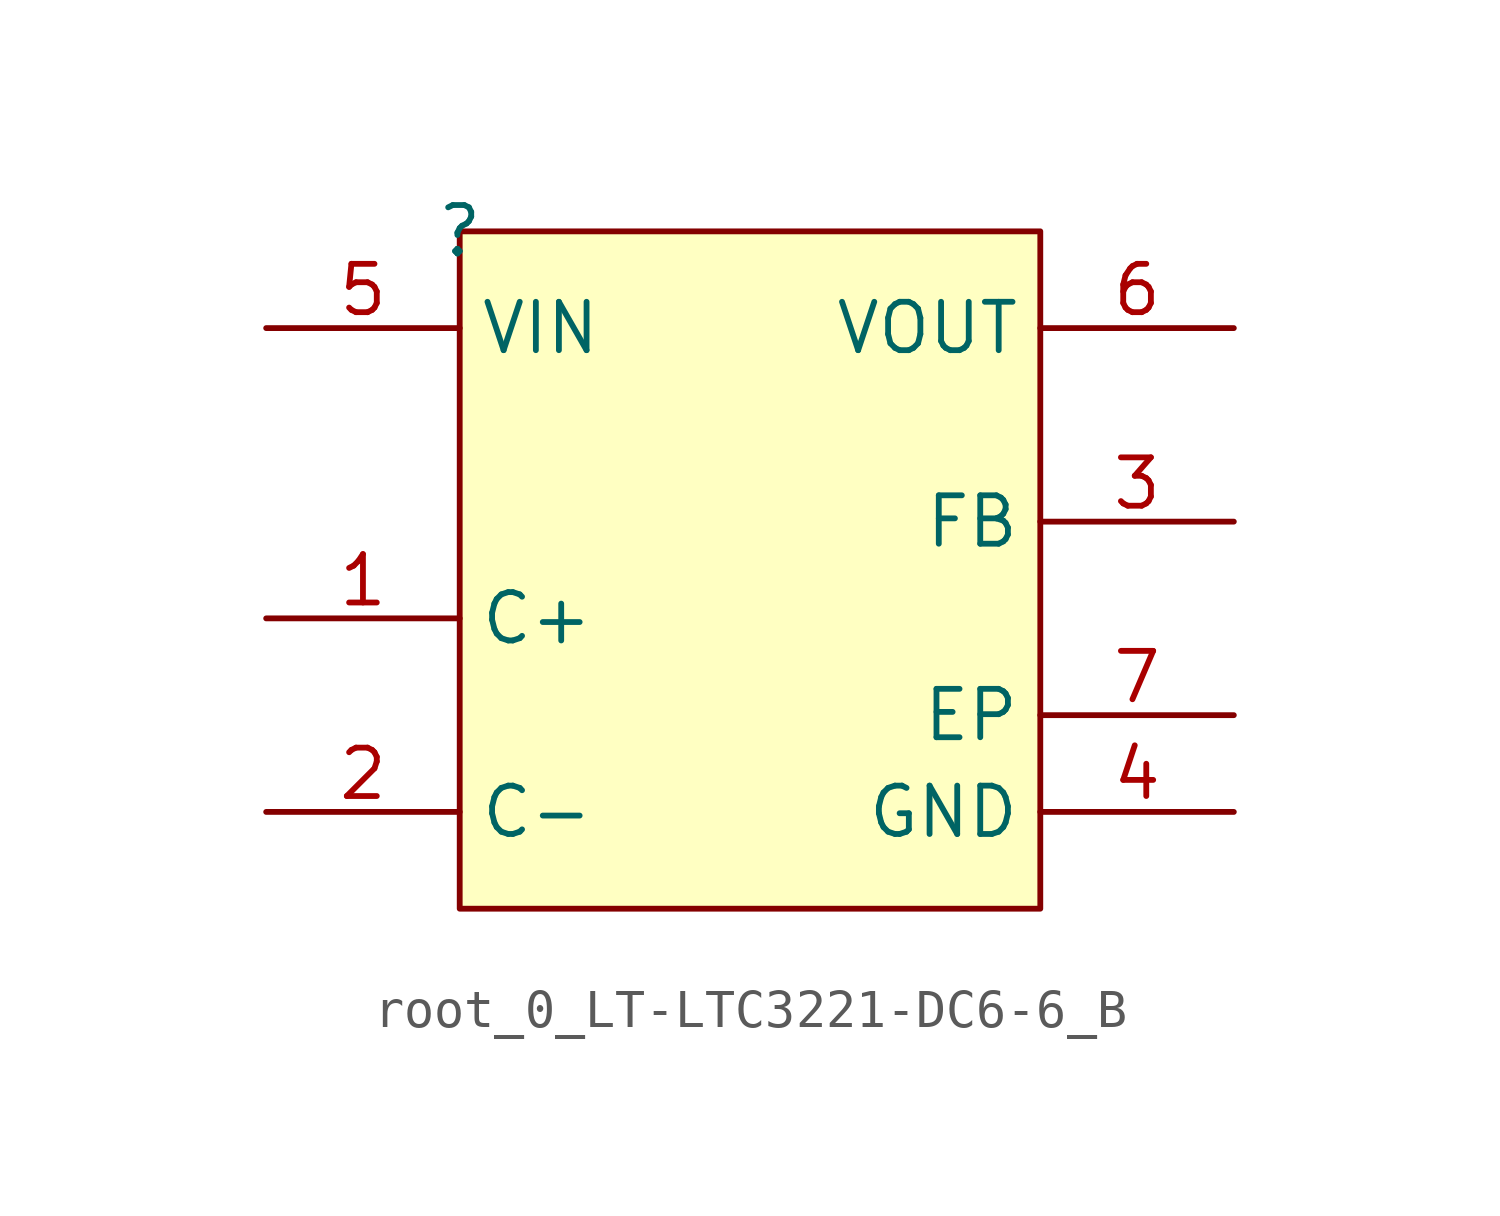
<source format=kicad_sym>
(kicad_symbol_lib
  (version 20220914)
  (generator kicad_symbol_editor)
  (symbol "root_0_LT-LTC3221-DC6-6_B"
    (property "Reference" ""
      (at 0 0 0)
      (effects (font (size 1.27 1.27))))
    (property "Value" ""
      (at 0 0 0)
      (effects (font (size 1.27 1.27))))
    (symbol "root_0_LT-LTC3221-DC6-6_B_1_0"
      (rectangle (start 15.24 0) (end 0 -17.78) (stroke (width 0) (type solid)) (fill (type background)))
      (pin passive line (at -5.08 -10.16 0) (length 5.08) (name "C+" (effects (font (size 1.27 1.27)))) (number "1" (effects (font (size 1.27 1.27)))))
      (pin passive line (at -5.08 -15.24 0) (length 5.08) (name "C-" (effects (font (size 1.27 1.27)))) (number "2" (effects (font (size 1.27 1.27)))))
      (pin input line (at 20.32 -7.62 180) (length 5.08) (name "FB" (effects (font (size 1.27 1.27)))) (number "3" (effects (font (size 1.27 1.27)))))
      (pin power_in line (at 20.32 -15.24 180) (length 5.08) (name "GND" (effects (font (size 1.27 1.27)))) (number "4" (effects (font (size 1.27 1.27)))))
      (pin power_in line (at -5.08 -2.54 0) (length 5.08) (name "VIN" (effects (font (size 1.27 1.27)))) (number "5" (effects (font (size 1.27 1.27)))))
      (pin power_in line (at 20.32 -2.54 180) (length 5.08) (name "VOUT" (effects (font (size 1.27 1.27)))) (number "6" (effects (font (size 1.27 1.27)))))
      (pin power_in line (at 20.32 -12.7 180) (length 5.08) (name "EP" (effects (font (size 1.27 1.27)))) (number "7" (effects (font (size 1.27 1.27))))))))
</source>
